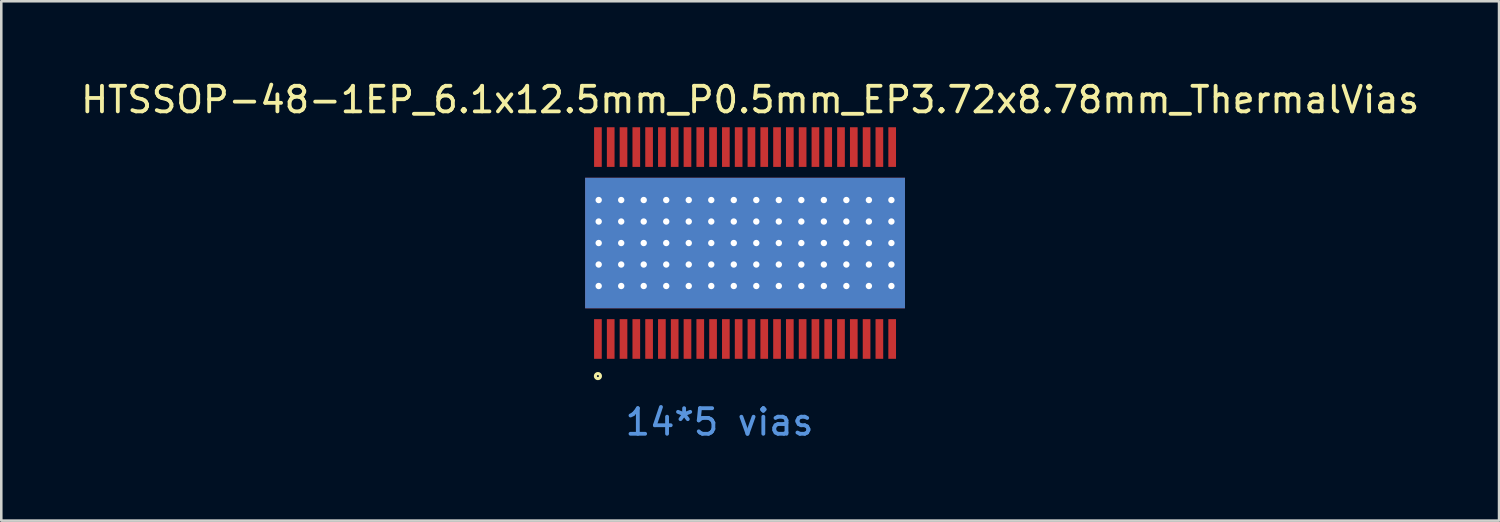
<source format=kicad_pcb>
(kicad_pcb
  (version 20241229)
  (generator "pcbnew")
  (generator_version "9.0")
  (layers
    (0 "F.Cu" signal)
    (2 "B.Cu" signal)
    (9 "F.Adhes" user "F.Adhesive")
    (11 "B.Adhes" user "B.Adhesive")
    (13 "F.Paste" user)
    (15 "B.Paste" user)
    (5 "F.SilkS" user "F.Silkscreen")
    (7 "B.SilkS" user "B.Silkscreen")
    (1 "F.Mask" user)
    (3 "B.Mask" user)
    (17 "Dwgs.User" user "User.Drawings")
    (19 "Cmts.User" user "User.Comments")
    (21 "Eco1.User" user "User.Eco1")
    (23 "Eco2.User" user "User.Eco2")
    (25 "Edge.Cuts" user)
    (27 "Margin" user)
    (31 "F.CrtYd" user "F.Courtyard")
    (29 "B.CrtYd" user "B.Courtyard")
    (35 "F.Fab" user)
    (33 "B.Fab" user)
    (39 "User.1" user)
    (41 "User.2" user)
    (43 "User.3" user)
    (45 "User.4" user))
  (footprint "HTSSOP-48-1EP_6.1x12.5mm_P0.5mm_EP3.72x8.78mm_ThermalVias"
    (layer "F.Cu")
    (at 26.068 6.448)
    (property "Reference" "HTSSOP-48-1EP_6.1x12.5mm_P0.5mm_EP3.72x8.78mm_ThermalVias" (at 0.2 -5.6 0) (layer "F.SilkS") (effects (font (size 1 1) (thickness 0.15))))
    (attr smd)
    (fp_circle (center -5.75 5.2) (end -5.65 5.2) (stroke (width 0.12) (type solid)) (fill no) (layer "F.SilkS"))
    (fp_text user "14*5 vias" (at -1 7 0) (layer "Cmts.User") (effects (font (size 1 1) (thickness 0.15))))
    (pad "1" smd rect (at -5.75 3.75) (size 0.3 1.55) (layers "F.Cu" "F.Mask" "F.Paste"))
    (pad "2" smd rect (at -5.25 3.75) (size 0.3 1.55) (layers "F.Cu" "F.Mask" "F.Paste"))
    (pad "3" smd rect (at -4.75 3.75) (size 0.3 1.55) (layers "F.Cu" "F.Mask" "F.Paste"))
    (pad "4" smd rect (at -4.25 3.75) (size 0.3 1.55) (layers "F.Cu" "F.Mask" "F.Paste"))
    (pad "5" smd rect (at -3.75 3.75) (size 0.3 1.55) (layers "F.Cu" "F.Mask" "F.Paste"))
    (pad "6" smd rect (at -3.25 3.75) (size 0.3 1.55) (layers "F.Cu" "F.Mask" "F.Paste"))
    (pad "7" smd rect (at -2.75 3.75) (size 0.3 1.55) (layers "F.Cu" "F.Mask" "F.Paste"))
    (pad "8" smd rect (at -2.25 3.75) (size 0.3 1.55) (layers "F.Cu" "F.Mask" "F.Paste"))
    (pad "9" smd rect (at -1.75 3.75) (size 0.3 1.55) (layers "F.Cu" "F.Mask" "F.Paste"))
    (pad "10" smd rect (at -1.25 3.75) (size 0.3 1.55) (layers "F.Cu" "F.Mask" "F.Paste"))
    (pad "11" smd rect (at -0.75 3.75) (size 0.3 1.55) (layers "F.Cu" "F.Mask" "F.Paste"))
    (pad "12" smd rect (at -0.25 3.75) (size 0.3 1.55) (layers "F.Cu" "F.Mask" "F.Paste"))
    (pad "13" smd rect (at 0.25 3.75) (size 0.3 1.55) (layers "F.Cu" "F.Mask" "F.Paste"))
    (pad "14" smd rect (at 0.75 3.75) (size 0.3 1.55) (layers "F.Cu" "F.Mask" "F.Paste"))
    (pad "15" smd rect (at 1.25 3.75) (size 0.3 1.55) (layers "F.Cu" "F.Mask" "F.Paste"))
    (pad "16" smd rect (at 1.75 3.75) (size 0.3 1.55) (layers "F.Cu" "F.Mask" "F.Paste"))
    (pad "17" smd rect (at 2.25 3.75) (size 0.3 1.55) (layers "F.Cu" "F.Mask" "F.Paste"))
    (pad "18" smd rect (at 2.75 3.75) (size 0.3 1.55) (layers "F.Cu" "F.Mask" "F.Paste"))
    (pad "19" smd rect (at 3.25 3.75) (size 0.3 1.55) (layers "F.Cu" "F.Mask" "F.Paste"))
    (pad "20" smd rect (at 3.75 3.75) (size 0.3 1.55) (layers "F.Cu" "F.Mask" "F.Paste"))
    (pad "21" smd rect (at 4.25 3.75) (size 0.3 1.55) (layers "F.Cu" "F.Mask" "F.Paste"))
    (pad "22" smd rect (at 4.75 3.75) (size 0.3 1.55) (layers "F.Cu" "F.Mask" "F.Paste"))
    (pad "23" smd rect (at 5.25 3.75) (size 0.3 1.55) (layers "F.Cu" "F.Mask" "F.Paste"))
    (pad "24" smd rect (at 5.75 3.75) (size 0.3 1.55) (layers "F.Cu" "F.Mask" "F.Paste"))
    (pad "25" smd rect (at 5.75 -3.75) (size 0.3 1.55) (layers "F.Cu" "F.Mask" "F.Paste"))
    (pad "26" smd rect (at 5.25 -3.75) (size 0.3 1.55) (layers "F.Cu" "F.Mask" "F.Paste"))
    (pad "27" smd rect (at 4.75 -3.75) (size 0.3 1.55) (layers "F.Cu" "F.Mask" "F.Paste"))
    (pad "28" smd rect (at 4.25 -3.75) (size 0.3 1.55) (layers "F.Cu" "F.Mask" "F.Paste"))
    (pad "29" smd rect (at 3.75 -3.75) (size 0.3 1.55) (layers "F.Cu" "F.Mask" "F.Paste"))
    (pad "30" smd rect (at 3.25 -3.75) (size 0.3 1.55) (layers "F.Cu" "F.Mask" "F.Paste"))
    (pad "31" smd rect (at 2.75 -3.75) (size 0.3 1.55) (layers "F.Cu" "F.Mask" "F.Paste"))
    (pad "32" smd rect (at 2.25 -3.75) (size 0.3 1.55) (layers "F.Cu" "F.Mask" "F.Paste"))
    (pad "33" smd rect (at 1.75 -3.75) (size 0.3 1.55) (layers "F.Cu" "F.Mask" "F.Paste"))
    (pad "34" smd rect (at 1.25 -3.75) (size 0.3 1.55) (layers "F.Cu" "F.Mask" "F.Paste"))
    (pad "35" smd rect (at 0.75 -3.75) (size 0.3 1.55) (layers "F.Cu" "F.Mask" "F.Paste"))
    (pad "36" smd rect (at 0.25 -3.75) (size 0.3 1.55) (layers "F.Cu" "F.Mask" "F.Paste"))
    (pad "37" smd rect (at -0.25 -3.75) (size 0.3 1.55) (layers "F.Cu" "F.Mask" "F.Paste"))
    (pad "38" smd rect (at -0.75 -3.75) (size 0.3 1.55) (layers "F.Cu" "F.Mask" "F.Paste"))
    (pad "39" smd rect (at -1.25 -3.75) (size 0.3 1.55) (layers "F.Cu" "F.Mask" "F.Paste"))
    (pad "40" smd rect (at -1.75 -3.75) (size 0.3 1.55) (layers "F.Cu" "F.Mask" "F.Paste"))
    (pad "41" smd rect (at -2.25 -3.75) (size 0.3 1.55) (layers "F.Cu" "F.Mask" "F.Paste"))
    (pad "42" smd rect (at -2.75 -3.75) (size 0.3 1.55) (layers "F.Cu" "F.Mask" "F.Paste"))
    (pad "43" smd rect (at -3.25 -3.75) (size 0.3 1.55) (layers "F.Cu" "F.Mask" "F.Paste"))
    (pad "44" smd rect (at -3.75 -3.75) (size 0.3 1.55) (layers "F.Cu" "F.Mask" "F.Paste"))
    (pad "45" smd rect (at -4.25 -3.75) (size 0.3 1.55) (layers "F.Cu" "F.Mask" "F.Paste"))
    (pad "46" smd rect (at -4.75 -3.75) (size 0.3 1.55) (layers "F.Cu" "F.Mask" "F.Paste"))
    (pad "47" smd rect (at -5.25 -3.75) (size 0.3 1.55) (layers "F.Cu" "F.Mask" "F.Paste"))
    (pad "48" smd rect (at -5.75 -3.75) (size 0.3 1.55) (layers "F.Cu" "F.Mask" "F.Paste"))
    (pad "TP" thru_hole circle (at -5.72 -1.68 180) (size 0.35 0.35) (drill 0.25) (layers "*.Cu" "*.Mask"))
    (pad "TP" thru_hole circle (at -5.72 -0.84 180) (size 0.35 0.35) (drill 0.25) (layers "*.Cu" "*.Mask"))
    (pad "TP" thru_hole circle (at -5.72 0 180) (size 0.35 0.35) (drill 0.25) (layers "*.Cu" "*.Mask"))
    (pad "TP" thru_hole circle (at -5.72 0.84 180) (size 0.35 0.35) (drill 0.25) (layers "*.Cu" "*.Mask"))
    (pad "TP" thru_hole circle (at -5.72 1.68 180) (size 0.35 0.35) (drill 0.25) (layers "*.Cu" "*.Mask"))
    (pad "TP" thru_hole circle (at -4.84 -1.68 180) (size 0.35 0.35) (drill 0.25) (layers "*.Cu" "*.Mask"))
    (pad "TP" thru_hole circle (at -4.84 -0.84 180) (size 0.35 0.35) (drill 0.25) (layers "*.Cu" "*.Mask"))
    (pad "TP" thru_hole circle (at -4.84 0 180) (size 0.35 0.35) (drill 0.25) (layers "*.Cu" "*.Mask"))
    (pad "TP" thru_hole circle (at -4.84 0.84 180) (size 0.35 0.35) (drill 0.25) (layers "*.Cu" "*.Mask"))
    (pad "TP" thru_hole circle (at -4.84 1.68 180) (size 0.35 0.35) (drill 0.25) (layers "*.Cu" "*.Mask"))
    (pad "TP" thru_hole circle (at -3.96 -1.68 180) (size 0.35 0.35) (drill 0.25) (layers "*.Cu" "*.Mask"))
    (pad "TP" thru_hole circle (at -3.96 -0.84 180) (size 0.35 0.35) (drill 0.25) (layers "*.Cu" "*.Mask"))
    (pad "TP" thru_hole circle (at -3.96 0 180) (size 0.35 0.35) (drill 0.25) (layers "*.Cu" "*.Mask"))
    (pad "TP" thru_hole circle (at -3.96 0.84 180) (size 0.35 0.35) (drill 0.25) (layers "*.Cu" "*.Mask"))
    (pad "TP" thru_hole circle (at -3.96 1.68 180) (size 0.35 0.35) (drill 0.25) (layers "*.Cu" "*.Mask"))
    (pad "TP" thru_hole circle (at -3.08 -1.68 180) (size 0.35 0.35) (drill 0.25) (layers "*.Cu" "*.Mask"))
    (pad "TP" thru_hole circle (at -3.08 -0.84 180) (size 0.35 0.35) (drill 0.25) (layers "*.Cu" "*.Mask"))
    (pad "TP" thru_hole circle (at -3.08 0 180) (size 0.35 0.35) (drill 0.25) (layers "*.Cu" "*.Mask"))
    (pad "TP" thru_hole circle (at -3.08 0.84 180) (size 0.35 0.35) (drill 0.25) (layers "*.Cu" "*.Mask"))
    (pad "TP" thru_hole circle (at -3.08 1.68 180) (size 0.35 0.35) (drill 0.25) (layers "*.Cu" "*.Mask"))
    (pad "TP" thru_hole circle (at -2.2 -1.68 180) (size 0.35 0.35) (drill 0.25) (layers "*.Cu" "*.Mask"))
    (pad "TP" thru_hole circle (at -2.2 -0.84 180) (size 0.35 0.35) (drill 0.25) (layers "*.Cu" "*.Mask"))
    (pad "TP" thru_hole circle (at -2.2 0 180) (size 0.35 0.35) (drill 0.25) (layers "*.Cu" "*.Mask"))
    (pad "TP" thru_hole circle (at -2.2 0.84 180) (size 0.35 0.35) (drill 0.25) (layers "*.Cu" "*.Mask"))
    (pad "TP" thru_hole circle (at -2.2 1.68 180) (size 0.35 0.35) (drill 0.25) (layers "*.Cu" "*.Mask"))
    (pad "TP" thru_hole circle (at -1.32 -1.68 180) (size 0.35 0.35) (drill 0.25) (layers "*.Cu" "*.Mask"))
    (pad "TP" thru_hole circle (at -1.32 -0.84 180) (size 0.35 0.35) (drill 0.25) (layers "*.Cu" "*.Mask"))
    (pad "TP" thru_hole circle (at -1.32 0 180) (size 0.35 0.35) (drill 0.25) (layers "*.Cu" "*.Mask"))
    (pad "TP" thru_hole circle (at -1.32 0.84 180) (size 0.35 0.35) (drill 0.25) (layers "*.Cu" "*.Mask"))
    (pad "TP" thru_hole circle (at -1.32 1.68 180) (size 0.35 0.35) (drill 0.25) (layers "*.Cu" "*.Mask"))
    (pad "TP" thru_hole circle (at -0.44 -1.68 180) (size 0.35 0.35) (drill 0.25) (layers "*.Cu" "*.Mask"))
    (pad "TP" thru_hole circle (at -0.44 -0.84 180) (size 0.35 0.35) (drill 0.25) (layers "*.Cu" "*.Mask"))
    (pad "TP" thru_hole circle (at -0.44 0 180) (size 0.35 0.35) (drill 0.25) (layers "*.Cu" "*.Mask"))
    (pad "TP" thru_hole circle (at -0.44 0.84 180) (size 0.35 0.35) (drill 0.25) (layers "*.Cu" "*.Mask"))
    (pad "TP" thru_hole circle (at -0.44 1.68 180) (size 0.35 0.35) (drill 0.25) (layers "*.Cu" "*.Mask"))
    (pad "TP" smd rect (at 0 0) (size 8.78 3.72) (layers "F.Cu" "F.Mask" "F.Paste"))
    (pad "TP" smd rect (at 0 0) (size 12.5 5.1) (layers "F.Cu"))
    (pad "TP" smd rect (at 0 0) (size 12.5 5.1) (layers "B.Cu"))
    (pad "TP" thru_hole circle (at 0.44 -1.68 180) (size 0.35 0.35) (drill 0.25) (layers "*.Cu" "*.Mask"))
    (pad "TP" thru_hole circle (at 0.44 -0.84 180) (size 0.35 0.35) (drill 0.25) (layers "*.Cu" "*.Mask"))
    (pad "TP" thru_hole circle (at 0.44 0 180) (size 0.35 0.35) (drill 0.25) (layers "*.Cu" "*.Mask"))
    (pad "TP" thru_hole circle (at 0.44 0.84 180) (size 0.35 0.35) (drill 0.25) (layers "*.Cu" "*.Mask"))
    (pad "TP" thru_hole circle (at 0.44 1.68 180) (size 0.35 0.35) (drill 0.25) (layers "*.Cu" "*.Mask"))
    (pad "TP" thru_hole circle (at 1.32 -1.68 180) (size 0.35 0.35) (drill 0.25) (layers "*.Cu" "*.Mask"))
    (pad "TP" thru_hole circle (at 1.32 -0.84 180) (size 0.35 0.35) (drill 0.25) (layers "*.Cu" "*.Mask"))
    (pad "TP" thru_hole circle (at 1.32 0 180) (size 0.35 0.35) (drill 0.25) (layers "*.Cu" "*.Mask"))
    (pad "TP" thru_hole circle (at 1.32 0.84 180) (size 0.35 0.35) (drill 0.25) (layers "*.Cu" "*.Mask"))
    (pad "TP" thru_hole circle (at 1.32 1.68 180) (size 0.35 0.35) (drill 0.25) (layers "*.Cu" "*.Mask"))
    (pad "TP" thru_hole circle (at 2.2 -1.68 180) (size 0.35 0.35) (drill 0.25) (layers "*.Cu" "*.Mask"))
    (pad "TP" thru_hole circle (at 2.2 -0.84 180) (size 0.35 0.35) (drill 0.25) (layers "*.Cu" "*.Mask"))
    (pad "TP" thru_hole circle (at 2.2 0 180) (size 0.35 0.35) (drill 0.25) (layers "*.Cu" "*.Mask"))
    (pad "TP" thru_hole circle (at 2.2 0.84 180) (size 0.35 0.35) (drill 0.25) (layers "*.Cu" "*.Mask"))
    (pad "TP" thru_hole circle (at 2.2 1.68 180) (size 0.35 0.35) (drill 0.25) (layers "*.Cu" "*.Mask"))
    (pad "TP" thru_hole circle (at 3.08 -1.68 180) (size 0.35 0.35) (drill 0.25) (layers "*.Cu" "*.Mask"))
    (pad "TP" thru_hole circle (at 3.08 -0.84 180) (size 0.35 0.35) (drill 0.25) (layers "*.Cu" "*.Mask"))
    (pad "TP" thru_hole circle (at 3.08 0 180) (size 0.35 0.35) (drill 0.25) (layers "*.Cu" "*.Mask"))
    (pad "TP" thru_hole circle (at 3.08 0.84 180) (size 0.35 0.35) (drill 0.25) (layers "*.Cu" "*.Mask"))
    (pad "TP" thru_hole circle (at 3.08 1.68 180) (size 0.35 0.35) (drill 0.25) (layers "*.Cu" "*.Mask"))
    (pad "TP" thru_hole circle (at 3.96 -1.68 180) (size 0.35 0.35) (drill 0.25) (layers "*.Cu" "*.Mask"))
    (pad "TP" thru_hole circle (at 3.96 -0.84 180) (size 0.35 0.35) (drill 0.25) (layers "*.Cu" "*.Mask"))
    (pad "TP" thru_hole circle (at 3.96 0 180) (size 0.35 0.35) (drill 0.25) (layers "*.Cu" "*.Mask"))
    (pad "TP" thru_hole circle (at 3.96 0.84 180) (size 0.35 0.35) (drill 0.25) (layers "*.Cu" "*.Mask"))
    (pad "TP" thru_hole circle (at 3.96 1.68 180) (size 0.35 0.35) (drill 0.25) (layers "*.Cu" "*.Mask"))
    (pad "TP" thru_hole circle (at 4.84 -1.68 270) (size 0.35 0.35) (drill 0.25) (layers "*.Cu" "*.Mask"))
    (pad "TP" thru_hole circle (at 4.84 -0.84 180) (size 0.35 0.35) (drill 0.25) (layers "*.Cu" "*.Mask"))
    (pad "TP" thru_hole circle (at 4.84 0 180) (size 0.35 0.35) (drill 0.25) (layers "*.Cu" "*.Mask"))
    (pad "TP" thru_hole circle (at 4.84 0.84 180) (size 0.35 0.35) (drill 0.25) (layers "*.Cu" "*.Mask"))
    (pad "TP" thru_hole circle (at 4.84 1.68 180) (size 0.35 0.35) (drill 0.25) (layers "*.Cu" "*.Mask"))
    (pad "TP" thru_hole circle (at 5.72 -1.68 180) (size 0.35 0.35) (drill 0.25) (layers "*.Cu" "*.Mask"))
    (pad "TP" thru_hole circle (at 5.72 -0.84 180) (size 0.35 0.35) (drill 0.25) (layers "*.Cu" "*.Mask"))
    (pad "TP" thru_hole circle (at 5.72 0 180) (size 0.35 0.35) (drill 0.25) (layers "*.Cu" "*.Mask"))
    (pad "TP" thru_hole circle (at 5.72 0.84 180) (size 0.35 0.35) (drill 0.25) (layers "*.Cu" "*.Mask"))
    (pad "TP" thru_hole circle (at 5.72 1.68 180) (size 0.35 0.35) (drill 0.25) (layers "*.Cu" "*.Mask")))
  (gr_rect
    (start -3 -3)
    (end 55.536 17.297)
    (stroke (width 0.1) (type default))
    (fill no)
    (layer "Edge.Cuts")))
</source>
